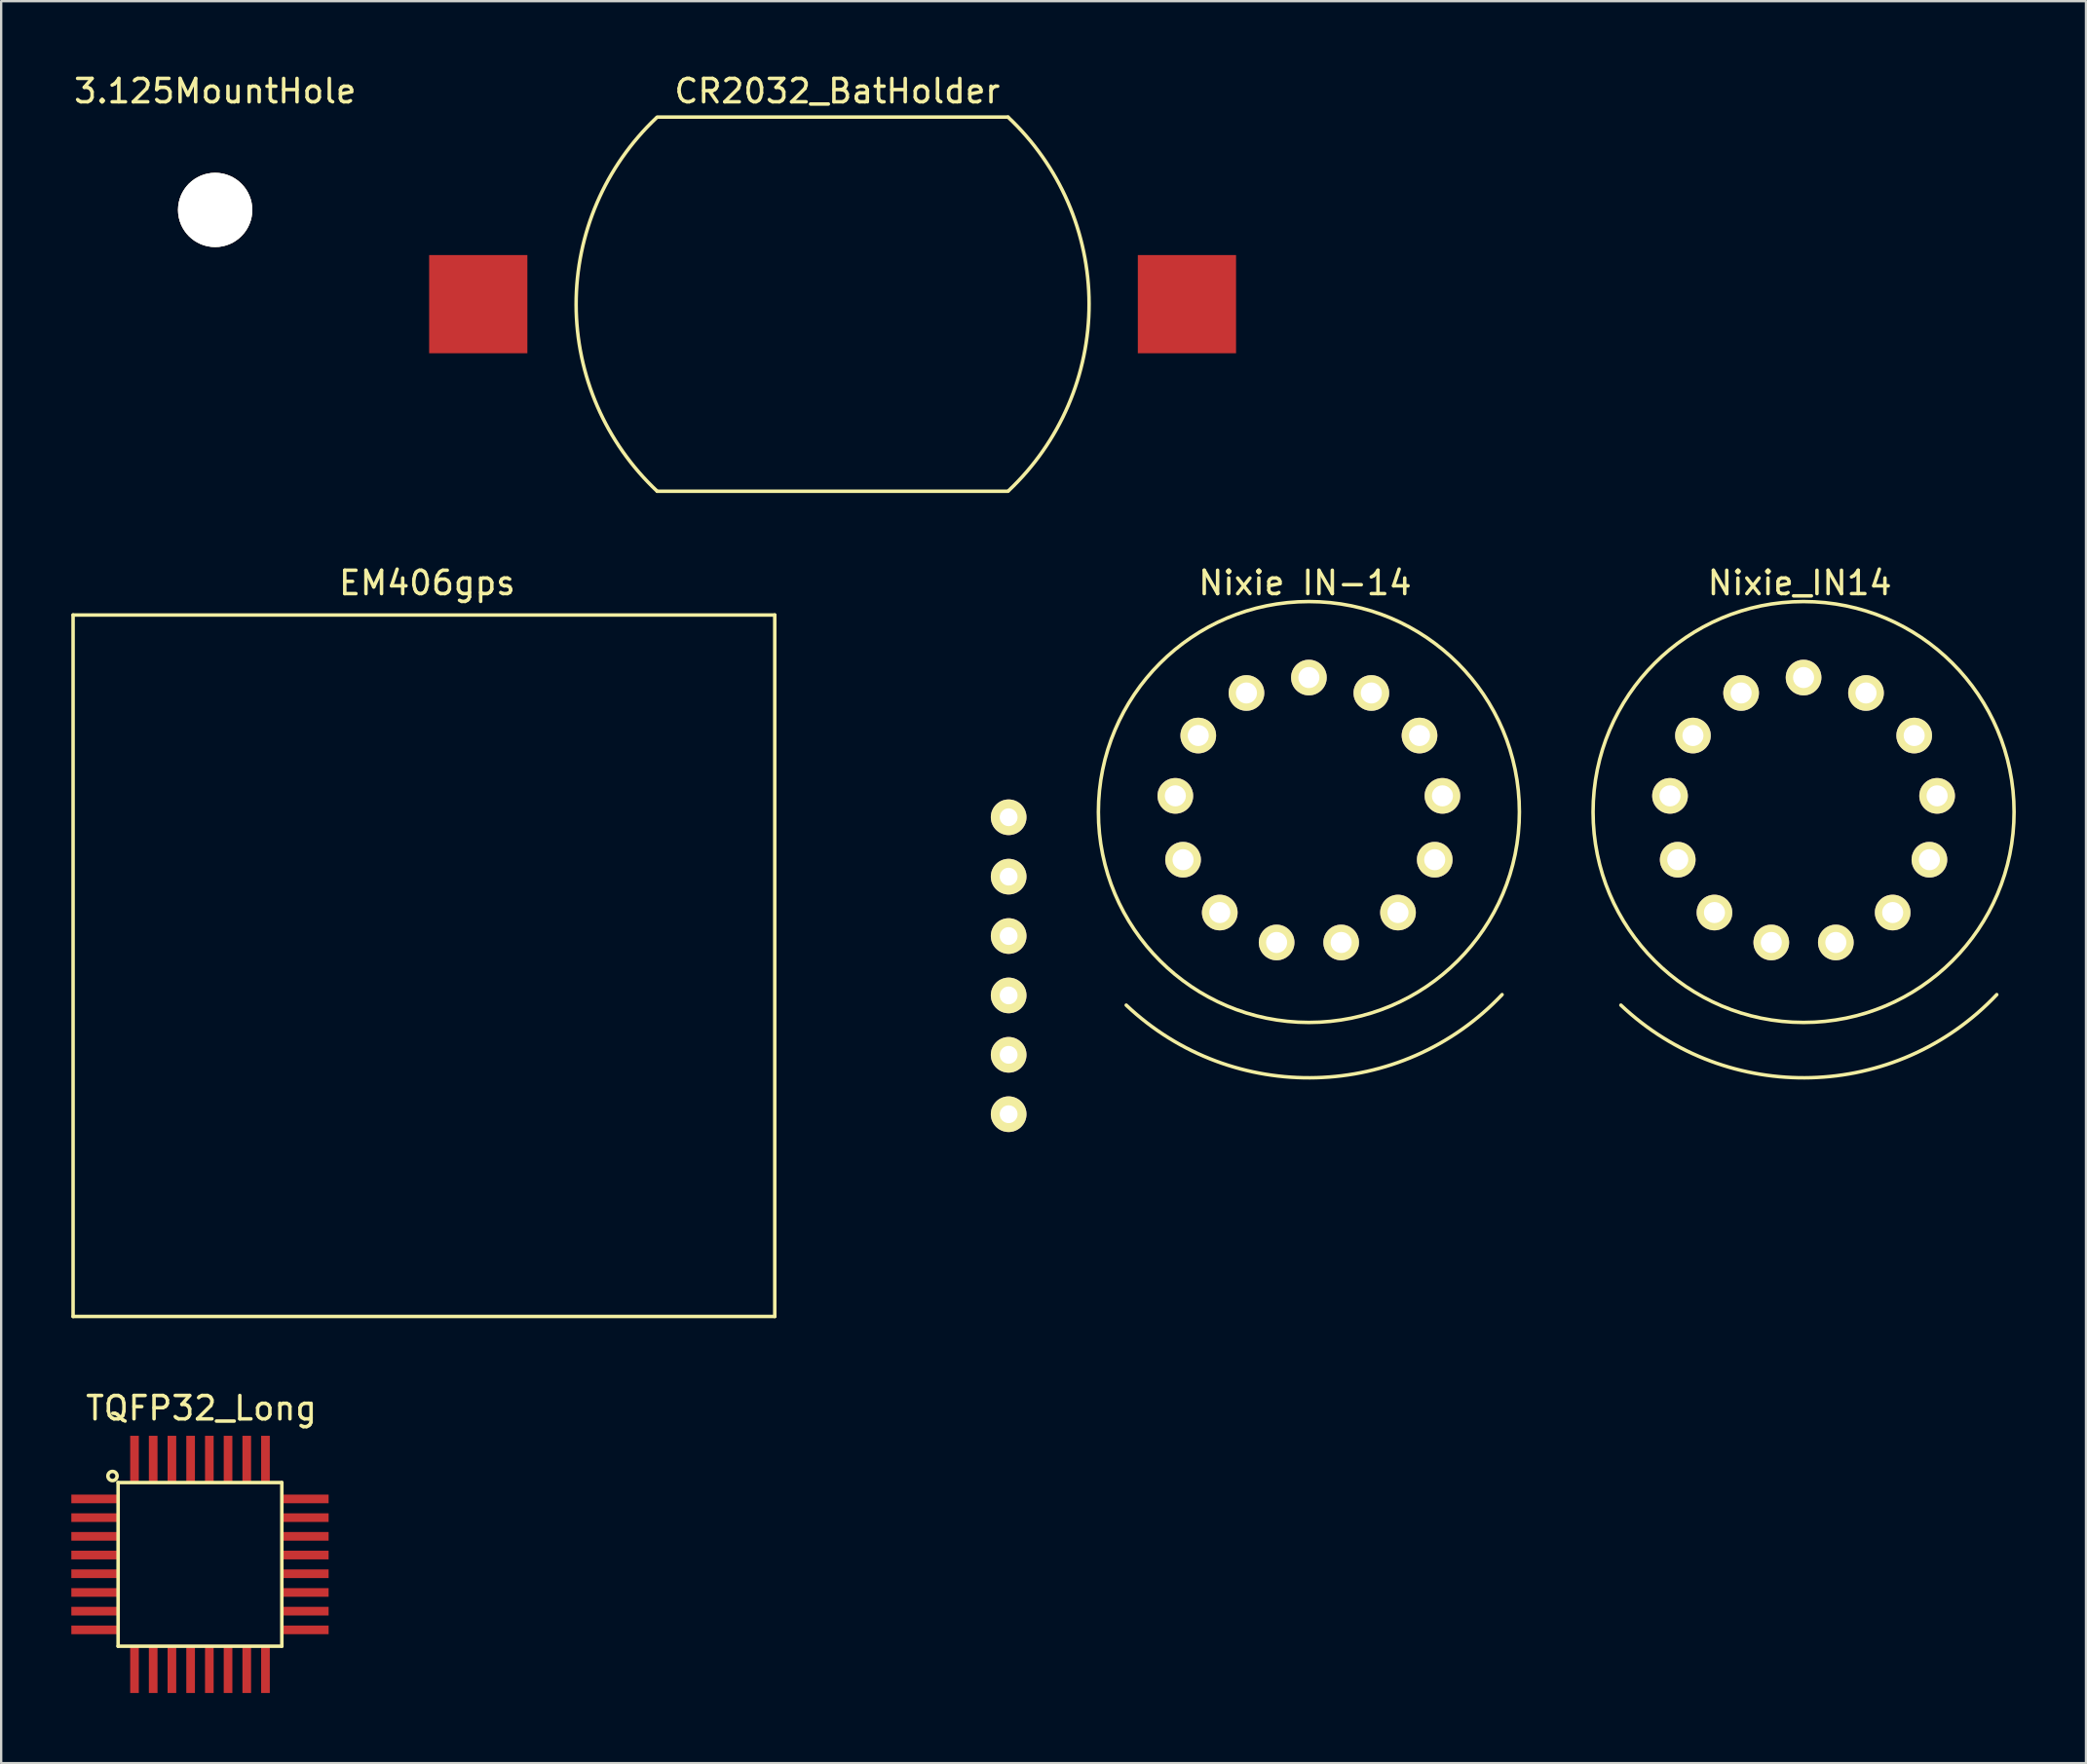
<source format=kicad_pcb>
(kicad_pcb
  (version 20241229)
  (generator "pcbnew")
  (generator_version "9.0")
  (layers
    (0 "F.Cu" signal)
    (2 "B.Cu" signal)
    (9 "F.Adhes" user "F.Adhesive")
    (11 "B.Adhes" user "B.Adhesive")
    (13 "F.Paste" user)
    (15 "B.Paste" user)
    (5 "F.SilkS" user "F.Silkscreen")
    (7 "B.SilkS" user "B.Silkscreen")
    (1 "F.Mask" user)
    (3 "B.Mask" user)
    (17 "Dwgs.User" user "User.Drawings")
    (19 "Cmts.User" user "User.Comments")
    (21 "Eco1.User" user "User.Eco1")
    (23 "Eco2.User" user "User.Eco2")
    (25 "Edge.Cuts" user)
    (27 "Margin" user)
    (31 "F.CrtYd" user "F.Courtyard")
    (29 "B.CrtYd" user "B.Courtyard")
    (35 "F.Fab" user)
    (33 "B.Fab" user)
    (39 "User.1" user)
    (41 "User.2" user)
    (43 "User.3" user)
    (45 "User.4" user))
  (footprint "CR2032_BatHolder"
    (layer "F.Cu")
    (at 32.548 9.958)
    (property "Reference" "CR2032_BatHolder" (at 0.2 -9.11 0) (layer "F.SilkS") (effects (font (size 1 1) (thickness 0.15))))
    (attr through_hole)
    (fp_line (start -7.5 -8) (end 7.5 -8) (stroke (width 0.15) (type solid)) (layer "F.SilkS"))
    (fp_line (start -7.5 8) (end 7.5 8) (stroke (width 0.15) (type solid)) (layer "F.SilkS"))
    (fp_arc (start -7.5 8) (mid -10.96584 0.018682) (end -7.527214 -7.974399) (stroke (width 0.15) (type solid)) (layer "F.SilkS"))
    (fp_arc (start 7.5 -8) (mid 10.96584 -0.018682) (end 7.527214 7.974399) (stroke (width 0.15) (type solid)) (layer "F.SilkS"))
    (pad "1" smd rect (at -15.15 0) (size 4.2 4.2) (layers "F.Cu" "F.Mask" "F.Paste"))
    (pad "2" smd rect (at 15.15 0) (size 4.2 4.2) (layers "F.Cu" "F.Mask" "F.Paste")))
  (footprint "3.125MountHole"
    (layer "F.Cu")
    (at 6.149 5.928)
    (property "Reference" "3.125MountHole" (at 0 -5.08 0) (layer "F.SilkS") (effects (font (size 1 1) (thickness 0.15))))
    (attr through_hole)
    (pad "1" thru_hole circle (at 0 0) (size 3.175 3.175) (drill 3.175) (layers "*.Cu" "*.Mask" "F.SilkS")))
  (footprint "Nixie_IN14"
    (layer "F.Cu")
    (at 73.927 31.662)
    (property "Reference" "Nixie_IN14" (at -0.03 -9.78 180) (layer "F.SilkS") (effects (font (size 1 1) (thickness 0.15))))
    (attr through_hole)
    (fp_arc (start 8.395 7.825) (mid 0.453198 11.378206) (end -7.675 8.275) (stroke (width 0.15) (type solid)) (layer "F.SilkS"))
    (fp_circle (center 0.135 0.015) (end -8.865 0.015) (stroke (width 0.15) (type solid)) (fill no) (layer "F.SilkS"))
    (pad "1" thru_hole circle (at 0.135 -5.735 180) (size 1.524 1.524) (drill 0.9) (layers "*.Cu" "*.Mask" "F.SilkS"))
    (pad "2" thru_hole circle (at -2.535 -5.075 180) (size 1.524 1.524) (drill 0.9) (layers "*.Cu" "*.Mask" "F.SilkS"))
    (pad "3" thru_hole circle (at -4.595 -3.255 180) (size 1.524 1.524) (drill 0.9) (layers "*.Cu" "*.Mask" "F.SilkS"))
    (pad "4" thru_hole circle (at -5.575 -0.675 180) (size 1.524 1.524) (drill 0.9) (layers "*.Cu" "*.Mask" "F.SilkS"))
    (pad "5" thru_hole circle (at -5.245 2.055 180) (size 1.524 1.524) (drill 0.9) (layers "*.Cu" "*.Mask" "F.SilkS"))
    (pad "6" thru_hole circle (at -3.675 4.315 180) (size 1.524 1.524) (drill 0.9) (layers "*.Cu" "*.Mask" "F.SilkS"))
    (pad "7" thru_hole circle (at -1.245 5.595 180) (size 1.524 1.524) (drill 0.9) (layers "*.Cu" "*.Mask" "F.SilkS"))
    (pad "8" thru_hole circle (at 1.515 5.595 180) (size 1.524 1.524) (drill 0.9) (layers "*.Cu" "*.Mask" "F.SilkS"))
    (pad "9" thru_hole circle (at 3.945 4.315 180) (size 1.524 1.524) (drill 0.9) (layers "*.Cu" "*.Mask" "F.SilkS"))
    (pad "10" thru_hole circle (at 5.515 2.055 180) (size 1.524 1.524) (drill 0.9) (layers "*.Cu" "*.Mask" "F.SilkS"))
    (pad "11" thru_hole circle (at 5.845 -0.675 180) (size 1.524 1.524) (drill 0.9) (layers "*.Cu" "*.Mask" "F.SilkS"))
    (pad "12" thru_hole circle (at 4.865 -3.255 180) (size 1.524 1.524) (drill 0.9) (layers "*.Cu" "*.Mask" "F.SilkS"))
    (pad "13" thru_hole circle (at 2.805 -5.075 180) (size 1.524 1.524) (drill 0.9) (layers "*.Cu" "*.Mask" "F.SilkS")))
  (footprint "EM406gps"
    (layer "F.Cu")
    (at 15.075 38.252)
    (property "Reference" "EM406gps" (at 0.14 -16.37 0) (layer "F.SilkS") (effects (font (size 1 1) (thickness 0.15))))
    (attr through_hole)
    (fp_line (start -15 15) (end -15 -15) (stroke (width 0.15) (type solid)) (layer "F.SilkS"))
    (fp_line (start -15 15) (end 15 15) (stroke (width 0.15) (type solid)) (layer "F.SilkS"))
    (fp_line (start 15 -15) (end -15 -15) (stroke (width 0.15) (type solid)) (layer "F.SilkS"))
    (fp_line (start 15 -15) (end 15 15) (stroke (width 0.15) (type solid)) (layer "F.SilkS"))
    (pad "1" thru_hole circle (at 25 -6.35) (size 1.524 1.524) (drill 0.762) (layers "*.Cu" "*.Mask" "F.SilkS"))
    (pad "2" thru_hole circle (at 25 -3.81) (size 1.524 1.524) (drill 0.762) (layers "*.Cu" "*.Mask" "F.SilkS"))
    (pad "3" thru_hole circle (at 25 -1.27) (size 1.524 1.524) (drill 0.762) (layers "*.Cu" "*.Mask" "F.SilkS"))
    (pad "4" thru_hole circle (at 25 1.27) (size 1.524 1.524) (drill 0.762) (layers "*.Cu" "*.Mask" "F.SilkS"))
    (pad "5" thru_hole circle (at 25 3.81) (size 1.524 1.524) (drill 0.762) (layers "*.Cu" "*.Mask" "F.SilkS"))
    (pad "6" thru_hole circle (at 25 6.35) (size 1.524 1.524) (drill 0.762) (layers "*.Cu" "*.Mask" "F.SilkS")))
  (footprint "Nixie IN-14"
    (layer "F.Cu")
    (at 52.777 31.662)
    (property "Reference" "Nixie IN-14" (at -0.03 -9.78 180) (layer "F.SilkS") (effects (font (size 1 1) (thickness 0.15))))
    (attr through_hole)
    (fp_arc (start 8.395 7.825) (mid 0.453198 11.378206) (end -7.675 8.275) (stroke (width 0.15) (type solid)) (layer "F.SilkS"))
    (fp_circle (center 0.135 0.015) (end -8.865 0.015) (stroke (width 0.15) (type solid)) (fill no) (layer "F.SilkS"))
    (pad "1" thru_hole circle (at 0.135 -5.735 180) (size 1.524 1.524) (drill 0.9) (layers "*.Cu" "*.Mask" "F.SilkS"))
    (pad "2" thru_hole circle (at -2.535 -5.075 180) (size 1.524 1.524) (drill 0.9) (layers "*.Cu" "*.Mask" "F.SilkS"))
    (pad "3" thru_hole circle (at -4.595 -3.255 180) (size 1.524 1.524) (drill 0.9) (layers "*.Cu" "*.Mask" "F.SilkS"))
    (pad "4" thru_hole circle (at -5.575 -0.675 180) (size 1.524 1.524) (drill 0.9) (layers "*.Cu" "*.Mask" "F.SilkS"))
    (pad "5" thru_hole circle (at -5.245 2.055 180) (size 1.524 1.524) (drill 0.9) (layers "*.Cu" "*.Mask" "F.SilkS"))
    (pad "6" thru_hole circle (at -3.675 4.315 180) (size 1.524 1.524) (drill 0.9) (layers "*.Cu" "*.Mask" "F.SilkS"))
    (pad "7" thru_hole circle (at -1.245 5.595 180) (size 1.524 1.524) (drill 0.9) (layers "*.Cu" "*.Mask" "F.SilkS"))
    (pad "8" thru_hole circle (at 1.515 5.595 180) (size 1.524 1.524) (drill 0.9) (layers "*.Cu" "*.Mask" "F.SilkS"))
    (pad "9" thru_hole circle (at 3.945 4.315 180) (size 1.524 1.524) (drill 0.9) (layers "*.Cu" "*.Mask" "F.SilkS"))
    (pad "10" thru_hole circle (at 5.515 2.055 180) (size 1.524 1.524) (drill 0.9) (layers "*.Cu" "*.Mask" "F.SilkS"))
    (pad "11" thru_hole circle (at 5.845 -0.675 180) (size 1.524 1.524) (drill 0.9) (layers "*.Cu" "*.Mask" "F.SilkS"))
    (pad "12" thru_hole circle (at 4.865 -3.255 180) (size 1.524 1.524) (drill 0.9) (layers "*.Cu" "*.Mask" "F.SilkS"))
    (pad "13" thru_hole circle (at 2.805 -5.075 180) (size 1.524 1.524) (drill 0.9) (layers "*.Cu" "*.Mask" "F.SilkS")))
  (footprint "TQFP32_Long"
    (layer "F.Cu")
    (at 5.5 63.855)
    (property "Reference" "TQFP32_Long" (at 0.06 -6.68 0) (layer "F.SilkS") (effects (font (size 1 1) (thickness 0.15))))
    (attr through_hole)
    (fp_line (start -3.5 -3.5) (end 3.5 -3.5) (stroke (width 0.15) (type solid)) (layer "F.SilkS"))
    (fp_line (start -3.5 3.5) (end -3.5 -3.5) (stroke (width 0.15) (type solid)) (layer "F.SilkS"))
    (fp_line (start 3.5 -3.5) (end 3.5 3.5) (stroke (width 0.15) (type solid)) (layer "F.SilkS"))
    (fp_line (start 3.5 3.5) (end -3.5 3.5) (stroke (width 0.15) (type solid)) (layer "F.SilkS"))
    (fp_circle (center -3.74 -3.78) (end -3.55 -3.83) (stroke (width 0.15) (type solid)) (fill no) (layer "F.SilkS"))
    (pad "1" smd rect (at -4.5 -2.8) (size 2 0.37) (layers "F.Cu" "F.Mask" "F.Paste"))
    (pad "2" smd rect (at -4.5 -2) (size 2 0.37) (layers "F.Cu" "F.Mask" "F.Paste"))
    (pad "3" smd rect (at -4.5 -1.2) (size 2 0.37) (layers "F.Cu" "F.Mask" "F.Paste"))
    (pad "4" smd rect (at -4.5 -0.4) (size 2 0.37) (layers "F.Cu" "F.Mask" "F.Paste"))
    (pad "5" smd rect (at -4.5 0.4) (size 2 0.37) (layers "F.Cu" "F.Mask" "F.Paste"))
    (pad "6" smd rect (at -4.5 1.2) (size 2 0.37) (layers "F.Cu" "F.Mask" "F.Paste"))
    (pad "7" smd rect (at -4.5 2) (size 2 0.37) (layers "F.Cu" "F.Mask" "F.Paste"))
    (pad "8" smd rect (at -4.5 2.8) (size 2 0.37) (layers "F.Cu" "F.Mask" "F.Paste"))
    (pad "9" smd rect (at -2.8 4.5 90) (size 2 0.37) (layers "F.Cu" "F.Mask" "F.Paste"))
    (pad "10" smd rect (at -2 4.5 90) (size 2 0.37) (layers "F.Cu" "F.Mask" "F.Paste"))
    (pad "11" smd rect (at -1.2 4.5 90) (size 2 0.37) (layers "F.Cu" "F.Mask" "F.Paste"))
    (pad "12" smd rect (at -0.4 4.5 90) (size 2 0.37) (layers "F.Cu" "F.Mask" "F.Paste"))
    (pad "13" smd rect (at 0.4 4.5 90) (size 2 0.37) (layers "F.Cu" "F.Mask" "F.Paste"))
    (pad "14" smd rect (at 1.2 4.5 90) (size 2 0.37) (layers "F.Cu" "F.Mask" "F.Paste"))
    (pad "15" smd rect (at 2 4.5 90) (size 2 0.37) (layers "F.Cu" "F.Mask" "F.Paste"))
    (pad "16" smd rect (at 2.8 4.5 90) (size 2 0.37) (layers "F.Cu" "F.Mask" "F.Paste"))
    (pad "17" smd rect (at 4.5 2.8 180) (size 2 0.37) (layers "F.Cu" "F.Mask" "F.Paste"))
    (pad "18" smd rect (at 4.5 2 180) (size 2 0.37) (layers "F.Cu" "F.Mask" "F.Paste"))
    (pad "19" smd rect (at 4.5 1.2 180) (size 2 0.37) (layers "F.Cu" "F.Mask" "F.Paste"))
    (pad "20" smd rect (at 4.5 0.4 180) (size 2 0.37) (layers "F.Cu" "F.Mask" "F.Paste"))
    (pad "21" smd rect (at 4.5 -0.4 180) (size 2 0.37) (layers "F.Cu" "F.Mask" "F.Paste"))
    (pad "22" smd rect (at 4.5 -1.2 180) (size 2 0.37) (layers "F.Cu" "F.Mask" "F.Paste"))
    (pad "23" smd rect (at 4.5 -2 180) (size 2 0.37) (layers "F.Cu" "F.Mask" "F.Paste"))
    (pad "24" smd rect (at 4.5 -2.8 180) (size 2 0.37) (layers "F.Cu" "F.Mask" "F.Paste"))
    (pad "25" smd rect (at 2.8 -4.5 270) (size 2 0.37) (layers "F.Cu" "F.Mask" "F.Paste"))
    (pad "26" smd rect (at 2 -4.5 270) (size 2 0.37) (layers "F.Cu" "F.Mask" "F.Paste"))
    (pad "27" smd rect (at 1.2 -4.5 270) (size 2 0.37) (layers "F.Cu" "F.Mask" "F.Paste"))
    (pad "28" smd rect (at 0.4 -4.5 270) (size 2 0.37) (layers "F.Cu" "F.Mask" "F.Paste"))
    (pad "29" smd rect (at -0.4 -4.5 270) (size 2 0.37) (layers "F.Cu" "F.Mask" "F.Paste"))
    (pad "30" smd rect (at -1.2 -4.5 270) (size 2 0.37) (layers "F.Cu" "F.Mask" "F.Paste"))
    (pad "31" smd rect (at -2 -4.5 270) (size 2 0.37) (layers "F.Cu" "F.Mask" "F.Paste"))
    (pad "32" smd rect (at -2.8 -4.5 270) (size 2 0.37) (layers "F.Cu" "F.Mask" "F.Paste")))
  (gr_rect
    (start -3 -3)
    (end 86.137 72.355)
    (stroke (width 0.1) (type default))
    (fill no)
    (layer "Edge.Cuts")))
</source>
